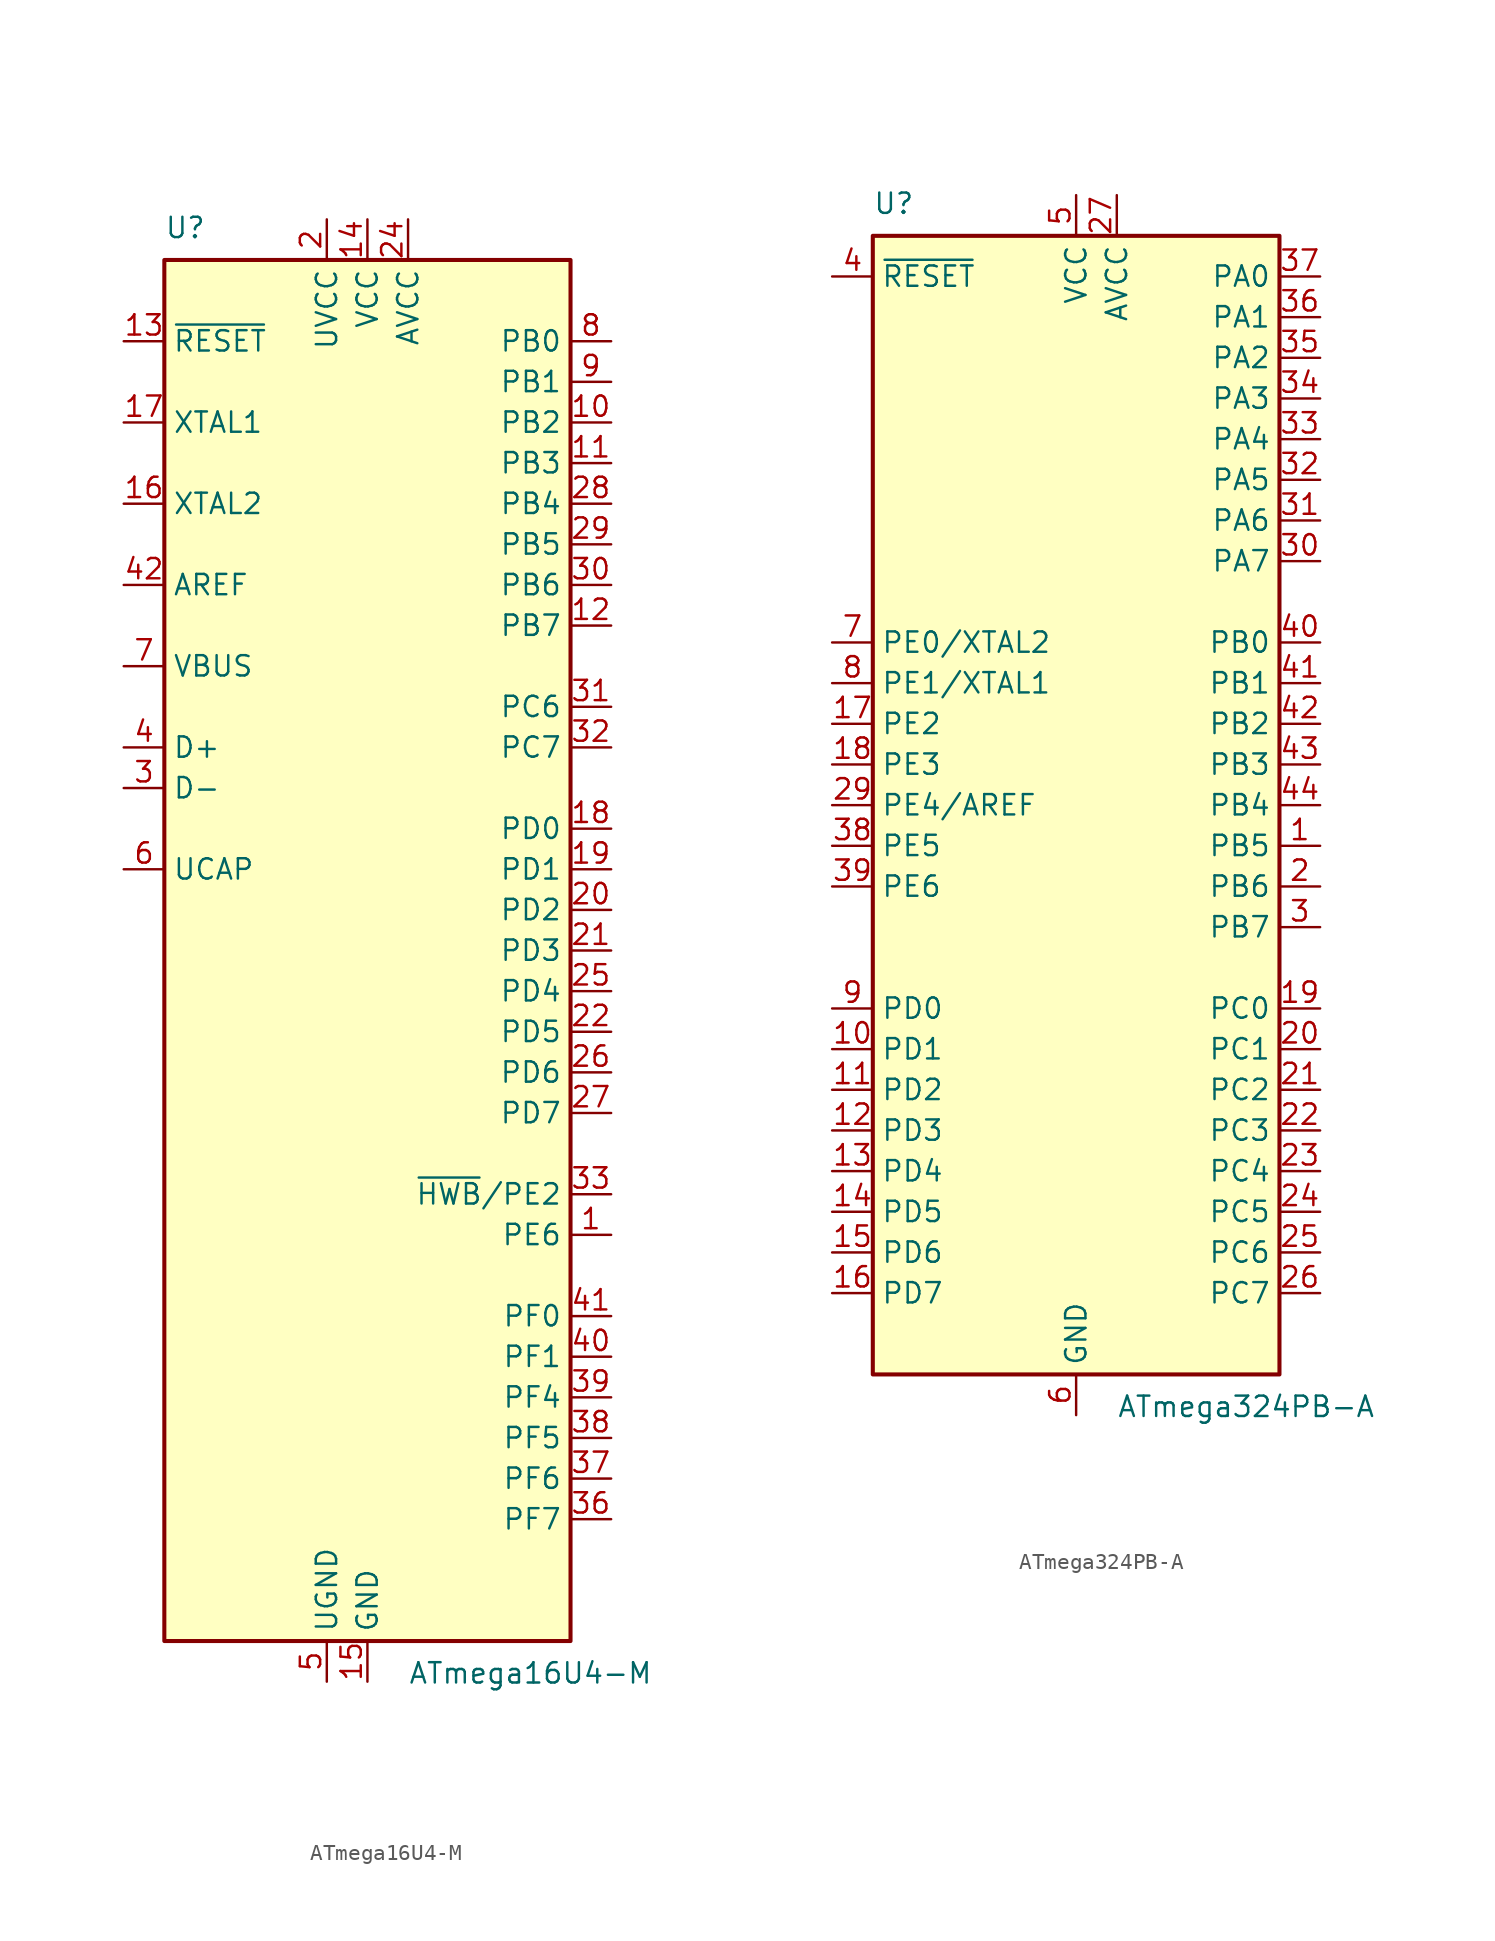
<source format=kicad_sym>
(kicad_symbol_lib
  (version 20201005)
  (generator kicad_symbol_editor)
  (symbol "ATmega16U4-M"
    (property "Reference" "U"
      (at -12.7 44.45 0)
      (effects (font (size 1.27 1.27)) (justify left bottom)))
    (property "Value" "ATmega16U4-M"
      (at 2.54 -44.45 0)
      (effects (font (size 1.27 1.27)) (justify left top)))
    (symbol "ATmega16U4-M_0_1"
      (rectangle (start -12.7 -43.18) (end 12.7 43.18) (stroke (width 0.254)) (fill (type background))))
    (symbol "ATmega16U4-M_1_1"
      (pin bidirectional line (at 15.24 -17.78 180) (length 2.54) (name "PE6" (effects (font (size 1.27 1.27)))) (number "1" (effects (font (size 1.27 1.27)))))
      (pin bidirectional line (at 15.24 33.02 180) (length 2.54) (name "PB2" (effects (font (size 1.27 1.27)))) (number "10" (effects (font (size 1.27 1.27)))))
      (pin bidirectional line (at 15.24 30.48 180) (length 2.54) (name "PB3" (effects (font (size 1.27 1.27)))) (number "11" (effects (font (size 1.27 1.27)))))
      (pin bidirectional line (at 15.24 20.32 180) (length 2.54) (name "PB7" (effects (font (size 1.27 1.27)))) (number "12" (effects (font (size 1.27 1.27)))))
      (pin input line (at -15.24 38.1 0) (length 2.54) (name "~RESET" (effects (font (size 1.27 1.27)))) (number "13" (effects (font (size 1.27 1.27)))))
      (pin power_in line (at 0 45.72 270) (length 2.54) (name "VCC" (effects (font (size 1.27 1.27)))) (number "14" (effects (font (size 1.27 1.27)))))
      (pin power_in line (at 0 -45.72 90) (length 2.54) (name "GND" (effects (font (size 1.27 1.27)))) (number "15" (effects (font (size 1.27 1.27)))))
      (pin output line (at -15.24 27.94 0) (length 2.54) (name "XTAL2" (effects (font (size 1.27 1.27)))) (number "16" (effects (font (size 1.27 1.27)))))
      (pin input line (at -15.24 33.02 0) (length 2.54) (name "XTAL1" (effects (font (size 1.27 1.27)))) (number "17" (effects (font (size 1.27 1.27)))))
      (pin bidirectional line (at 15.24 7.62 180) (length 2.54) (name "PD0" (effects (font (size 1.27 1.27)))) (number "18" (effects (font (size 1.27 1.27)))))
      (pin bidirectional line (at 15.24 5.08 180) (length 2.54) (name "PD1" (effects (font (size 1.27 1.27)))) (number "19" (effects (font (size 1.27 1.27)))))
      (pin power_in line (at -2.54 45.72 270) (length 2.54) (name "UVCC" (effects (font (size 1.27 1.27)))) (number "2" (effects (font (size 1.27 1.27)))))
      (pin bidirectional line (at 15.24 2.54 180) (length 2.54) (name "PD2" (effects (font (size 1.27 1.27)))) (number "20" (effects (font (size 1.27 1.27)))))
      (pin bidirectional line (at 15.24 0 180) (length 2.54) (name "PD3" (effects (font (size 1.27 1.27)))) (number "21" (effects (font (size 1.27 1.27)))))
      (pin bidirectional line (at 15.24 -5.08 180) (length 2.54) (name "PD5" (effects (font (size 1.27 1.27)))) (number "22" (effects (font (size 1.27 1.27)))))
      (pin passive line (at 0 -45.72 90) (length 2.54) hide (name "GND" (effects (font (size 1.27 1.27)))) (number "23" (effects (font (size 1.27 1.27)))))
      (pin power_in line (at 2.54 45.72 270) (length 2.54) (name "AVCC" (effects (font (size 1.27 1.27)))) (number "24" (effects (font (size 1.27 1.27)))))
      (pin bidirectional line (at 15.24 -2.54 180) (length 2.54) (name "PD4" (effects (font (size 1.27 1.27)))) (number "25" (effects (font (size 1.27 1.27)))))
      (pin bidirectional line (at 15.24 -7.62 180) (length 2.54) (name "PD6" (effects (font (size 1.27 1.27)))) (number "26" (effects (font (size 1.27 1.27)))))
      (pin bidirectional line (at 15.24 -10.16 180) (length 2.54) (name "PD7" (effects (font (size 1.27 1.27)))) (number "27" (effects (font (size 1.27 1.27)))))
      (pin bidirectional line (at 15.24 27.94 180) (length 2.54) (name "PB4" (effects (font (size 1.27 1.27)))) (number "28" (effects (font (size 1.27 1.27)))))
      (pin bidirectional line (at 15.24 25.4 180) (length 2.54) (name "PB5" (effects (font (size 1.27 1.27)))) (number "29" (effects (font (size 1.27 1.27)))))
      (pin bidirectional line (at -15.24 10.16 0) (length 2.54) (name "D-" (effects (font (size 1.27 1.27)))) (number "3" (effects (font (size 1.27 1.27)))))
      (pin bidirectional line (at 15.24 22.86 180) (length 2.54) (name "PB6" (effects (font (size 1.27 1.27)))) (number "30" (effects (font (size 1.27 1.27)))))
      (pin bidirectional line (at 15.24 15.24 180) (length 2.54) (name "PC6" (effects (font (size 1.27 1.27)))) (number "31" (effects (font (size 1.27 1.27)))))
      (pin bidirectional line (at 15.24 12.7 180) (length 2.54) (name "PC7" (effects (font (size 1.27 1.27)))) (number "32" (effects (font (size 1.27 1.27)))))
      (pin bidirectional line (at 15.24 -15.24 180) (length 2.54) (name "~HWB~/PE2" (effects (font (size 1.27 1.27)))) (number "33" (effects (font (size 1.27 1.27)))))
      (pin passive line (at 0 45.72 270) (length 2.54) hide (name "VCC" (effects (font (size 1.27 1.27)))) (number "34" (effects (font (size 1.27 1.27)))))
      (pin passive line (at 0 -45.72 90) (length 2.54) hide (name "GND" (effects (font (size 1.27 1.27)))) (number "35" (effects (font (size 1.27 1.27)))))
      (pin bidirectional line (at 15.24 -35.56 180) (length 2.54) (name "PF7" (effects (font (size 1.27 1.27)))) (number "36" (effects (font (size 1.27 1.27)))))
      (pin bidirectional line (at 15.24 -33.02 180) (length 2.54) (name "PF6" (effects (font (size 1.27 1.27)))) (number "37" (effects (font (size 1.27 1.27)))))
      (pin bidirectional line (at 15.24 -30.48 180) (length 2.54) (name "PF5" (effects (font (size 1.27 1.27)))) (number "38" (effects (font (size 1.27 1.27)))))
      (pin bidirectional line (at 15.24 -27.94 180) (length 2.54) (name "PF4" (effects (font (size 1.27 1.27)))) (number "39" (effects (font (size 1.27 1.27)))))
      (pin bidirectional line (at -15.24 12.7 0) (length 2.54) (name "D+" (effects (font (size 1.27 1.27)))) (number "4" (effects (font (size 1.27 1.27)))))
      (pin bidirectional line (at 15.24 -25.4 180) (length 2.54) (name "PF1" (effects (font (size 1.27 1.27)))) (number "40" (effects (font (size 1.27 1.27)))))
      (pin bidirectional line (at 15.24 -22.86 180) (length 2.54) (name "PF0" (effects (font (size 1.27 1.27)))) (number "41" (effects (font (size 1.27 1.27)))))
      (pin passive line (at -15.24 22.86 0) (length 2.54) (name "AREF" (effects (font (size 1.27 1.27)))) (number "42" (effects (font (size 1.27 1.27)))))
      (pin passive line (at 0 -45.72 90) (length 2.54) hide (name "GND" (effects (font (size 1.27 1.27)))) (number "43" (effects (font (size 1.27 1.27)))))
      (pin passive line (at 2.54 45.72 270) (length 2.54) hide (name "AVCC" (effects (font (size 1.27 1.27)))) (number "44" (effects (font (size 1.27 1.27)))))
      (pin passive line (at 0 -45.72 90) (length 2.54) hide (name "GND" (effects (font (size 1.27 1.27)))) (number "45" (effects (font (size 1.27 1.27)))))
      (pin passive line (at -2.54 -45.72 90) (length 2.54) (name "UGND" (effects (font (size 1.27 1.27)))) (number "5" (effects (font (size 1.27 1.27)))))
      (pin passive line (at -15.24 5.08 0) (length 2.54) (name "UCAP" (effects (font (size 1.27 1.27)))) (number "6" (effects (font (size 1.27 1.27)))))
      (pin input line (at -15.24 17.78 0) (length 2.54) (name "VBUS" (effects (font (size 1.27 1.27)))) (number "7" (effects (font (size 1.27 1.27)))))
      (pin bidirectional line (at 15.24 38.1 180) (length 2.54) (name "PB0" (effects (font (size 1.27 1.27)))) (number "8" (effects (font (size 1.27 1.27)))))
      (pin bidirectional line (at 15.24 35.56 180) (length 2.54) (name "PB1" (effects (font (size 1.27 1.27)))) (number "9" (effects (font (size 1.27 1.27)))))))
  (symbol "ATmega324PB-A"
    (property "Reference" "U"
      (at -12.7 36.83 0)
      (effects (font (size 1.27 1.27)) (justify left bottom)))
    (property "Value" "ATmega324PB-A"
      (at 2.54 -36.83 0)
      (effects (font (size 1.27 1.27)) (justify left top)))
    (symbol "ATmega324PB-A_0_1"
      (rectangle (start -12.7 -35.56) (end 12.7 35.56) (stroke (width 0.254)) (fill (type background))))
    (symbol "ATmega324PB-A_1_1"
      (pin bidirectional line (at 15.24 -2.54 180) (length 2.54) (name "PB5" (effects (font (size 1.27 1.27)))) (number "1" (effects (font (size 1.27 1.27)))))
      (pin bidirectional line (at -15.24 -15.24 0) (length 2.54) (name "PD1" (effects (font (size 1.27 1.27)))) (number "10" (effects (font (size 1.27 1.27)))))
      (pin bidirectional line (at -15.24 -17.78 0) (length 2.54) (name "PD2" (effects (font (size 1.27 1.27)))) (number "11" (effects (font (size 1.27 1.27)))))
      (pin bidirectional line (at -15.24 -20.32 0) (length 2.54) (name "PD3" (effects (font (size 1.27 1.27)))) (number "12" (effects (font (size 1.27 1.27)))))
      (pin bidirectional line (at -15.24 -22.86 0) (length 2.54) (name "PD4" (effects (font (size 1.27 1.27)))) (number "13" (effects (font (size 1.27 1.27)))))
      (pin bidirectional line (at -15.24 -25.4 0) (length 2.54) (name "PD5" (effects (font (size 1.27 1.27)))) (number "14" (effects (font (size 1.27 1.27)))))
      (pin bidirectional line (at -15.24 -27.94 0) (length 2.54) (name "PD6" (effects (font (size 1.27 1.27)))) (number "15" (effects (font (size 1.27 1.27)))))
      (pin bidirectional line (at -15.24 -30.48 0) (length 2.54) (name "PD7" (effects (font (size 1.27 1.27)))) (number "16" (effects (font (size 1.27 1.27)))))
      (pin bidirectional line (at -15.24 5.08 0) (length 2.54) (name "PE2" (effects (font (size 1.27 1.27)))) (number "17" (effects (font (size 1.27 1.27)))))
      (pin bidirectional line (at -15.24 2.54 0) (length 2.54) (name "PE3" (effects (font (size 1.27 1.27)))) (number "18" (effects (font (size 1.27 1.27)))))
      (pin bidirectional line (at 15.24 -12.7 180) (length 2.54) (name "PC0" (effects (font (size 1.27 1.27)))) (number "19" (effects (font (size 1.27 1.27)))))
      (pin bidirectional line (at 15.24 -5.08 180) (length 2.54) (name "PB6" (effects (font (size 1.27 1.27)))) (number "2" (effects (font (size 1.27 1.27)))))
      (pin bidirectional line (at 15.24 -15.24 180) (length 2.54) (name "PC1" (effects (font (size 1.27 1.27)))) (number "20" (effects (font (size 1.27 1.27)))))
      (pin bidirectional line (at 15.24 -17.78 180) (length 2.54) (name "PC2" (effects (font (size 1.27 1.27)))) (number "21" (effects (font (size 1.27 1.27)))))
      (pin bidirectional line (at 15.24 -20.32 180) (length 2.54) (name "PC3" (effects (font (size 1.27 1.27)))) (number "22" (effects (font (size 1.27 1.27)))))
      (pin bidirectional line (at 15.24 -22.86 180) (length 2.54) (name "PC4" (effects (font (size 1.27 1.27)))) (number "23" (effects (font (size 1.27 1.27)))))
      (pin bidirectional line (at 15.24 -25.4 180) (length 2.54) (name "PC5" (effects (font (size 1.27 1.27)))) (number "24" (effects (font (size 1.27 1.27)))))
      (pin bidirectional line (at 15.24 -27.94 180) (length 2.54) (name "PC6" (effects (font (size 1.27 1.27)))) (number "25" (effects (font (size 1.27 1.27)))))
      (pin bidirectional line (at 15.24 -30.48 180) (length 2.54) (name "PC7" (effects (font (size 1.27 1.27)))) (number "26" (effects (font (size 1.27 1.27)))))
      (pin power_in line (at 2.54 38.1 270) (length 2.54) (name "AVCC" (effects (font (size 1.27 1.27)))) (number "27" (effects (font (size 1.27 1.27)))))
      (pin passive line (at 0 -38.1 90) (length 2.54) hide (name "GND" (effects (font (size 1.27 1.27)))) (number "28" (effects (font (size 1.27 1.27)))))
      (pin bidirectional line (at -15.24 0 0) (length 2.54) (name "PE4/AREF" (effects (font (size 1.27 1.27)))) (number "29" (effects (font (size 1.27 1.27)))))
      (pin bidirectional line (at 15.24 -7.62 180) (length 2.54) (name "PB7" (effects (font (size 1.27 1.27)))) (number "3" (effects (font (size 1.27 1.27)))))
      (pin bidirectional line (at 15.24 15.24 180) (length 2.54) (name "PA7" (effects (font (size 1.27 1.27)))) (number "30" (effects (font (size 1.27 1.27)))))
      (pin bidirectional line (at 15.24 17.78 180) (length 2.54) (name "PA6" (effects (font (size 1.27 1.27)))) (number "31" (effects (font (size 1.27 1.27)))))
      (pin bidirectional line (at 15.24 20.32 180) (length 2.54) (name "PA5" (effects (font (size 1.27 1.27)))) (number "32" (effects (font (size 1.27 1.27)))))
      (pin bidirectional line (at 15.24 22.86 180) (length 2.54) (name "PA4" (effects (font (size 1.27 1.27)))) (number "33" (effects (font (size 1.27 1.27)))))
      (pin bidirectional line (at 15.24 25.4 180) (length 2.54) (name "PA3" (effects (font (size 1.27 1.27)))) (number "34" (effects (font (size 1.27 1.27)))))
      (pin bidirectional line (at 15.24 27.94 180) (length 2.54) (name "PA2" (effects (font (size 1.27 1.27)))) (number "35" (effects (font (size 1.27 1.27)))))
      (pin bidirectional line (at 15.24 30.48 180) (length 2.54) (name "PA1" (effects (font (size 1.27 1.27)))) (number "36" (effects (font (size 1.27 1.27)))))
      (pin bidirectional line (at 15.24 33.02 180) (length 2.54) (name "PA0" (effects (font (size 1.27 1.27)))) (number "37" (effects (font (size 1.27 1.27)))))
      (pin bidirectional line (at -15.24 -2.54 0) (length 2.54) (name "PE5" (effects (font (size 1.27 1.27)))) (number "38" (effects (font (size 1.27 1.27)))))
      (pin bidirectional line (at -15.24 -5.08 0) (length 2.54) (name "PE6" (effects (font (size 1.27 1.27)))) (number "39" (effects (font (size 1.27 1.27)))))
      (pin input line (at -15.24 33.02 0) (length 2.54) (name "~RESET" (effects (font (size 1.27 1.27)))) (number "4" (effects (font (size 1.27 1.27)))))
      (pin bidirectional line (at 15.24 10.16 180) (length 2.54) (name "PB0" (effects (font (size 1.27 1.27)))) (number "40" (effects (font (size 1.27 1.27)))))
      (pin bidirectional line (at 15.24 7.62 180) (length 2.54) (name "PB1" (effects (font (size 1.27 1.27)))) (number "41" (effects (font (size 1.27 1.27)))))
      (pin bidirectional line (at 15.24 5.08 180) (length 2.54) (name "PB2" (effects (font (size 1.27 1.27)))) (number "42" (effects (font (size 1.27 1.27)))))
      (pin bidirectional line (at 15.24 2.54 180) (length 2.54) (name "PB3" (effects (font (size 1.27 1.27)))) (number "43" (effects (font (size 1.27 1.27)))))
      (pin bidirectional line (at 15.24 0 180) (length 2.54) (name "PB4" (effects (font (size 1.27 1.27)))) (number "44" (effects (font (size 1.27 1.27)))))
      (pin power_in line (at 0 38.1 270) (length 2.54) (name "VCC" (effects (font (size 1.27 1.27)))) (number "5" (effects (font (size 1.27 1.27)))))
      (pin power_in line (at 0 -38.1 90) (length 2.54) (name "GND" (effects (font (size 1.27 1.27)))) (number "6" (effects (font (size 1.27 1.27)))))
      (pin bidirectional line (at -15.24 10.16 0) (length 2.54) (name "PE0/XTAL2" (effects (font (size 1.27 1.27)))) (number "7" (effects (font (size 1.27 1.27)))))
      (pin bidirectional line (at -15.24 7.62 0) (length 2.54) (name "PE1/XTAL1" (effects (font (size 1.27 1.27)))) (number "8" (effects (font (size 1.27 1.27)))))
      (pin bidirectional line (at -15.24 -12.7 0) (length 2.54) (name "PD0" (effects (font (size 1.27 1.27)))) (number "9" (effects (font (size 1.27 1.27))))))))
</source>
